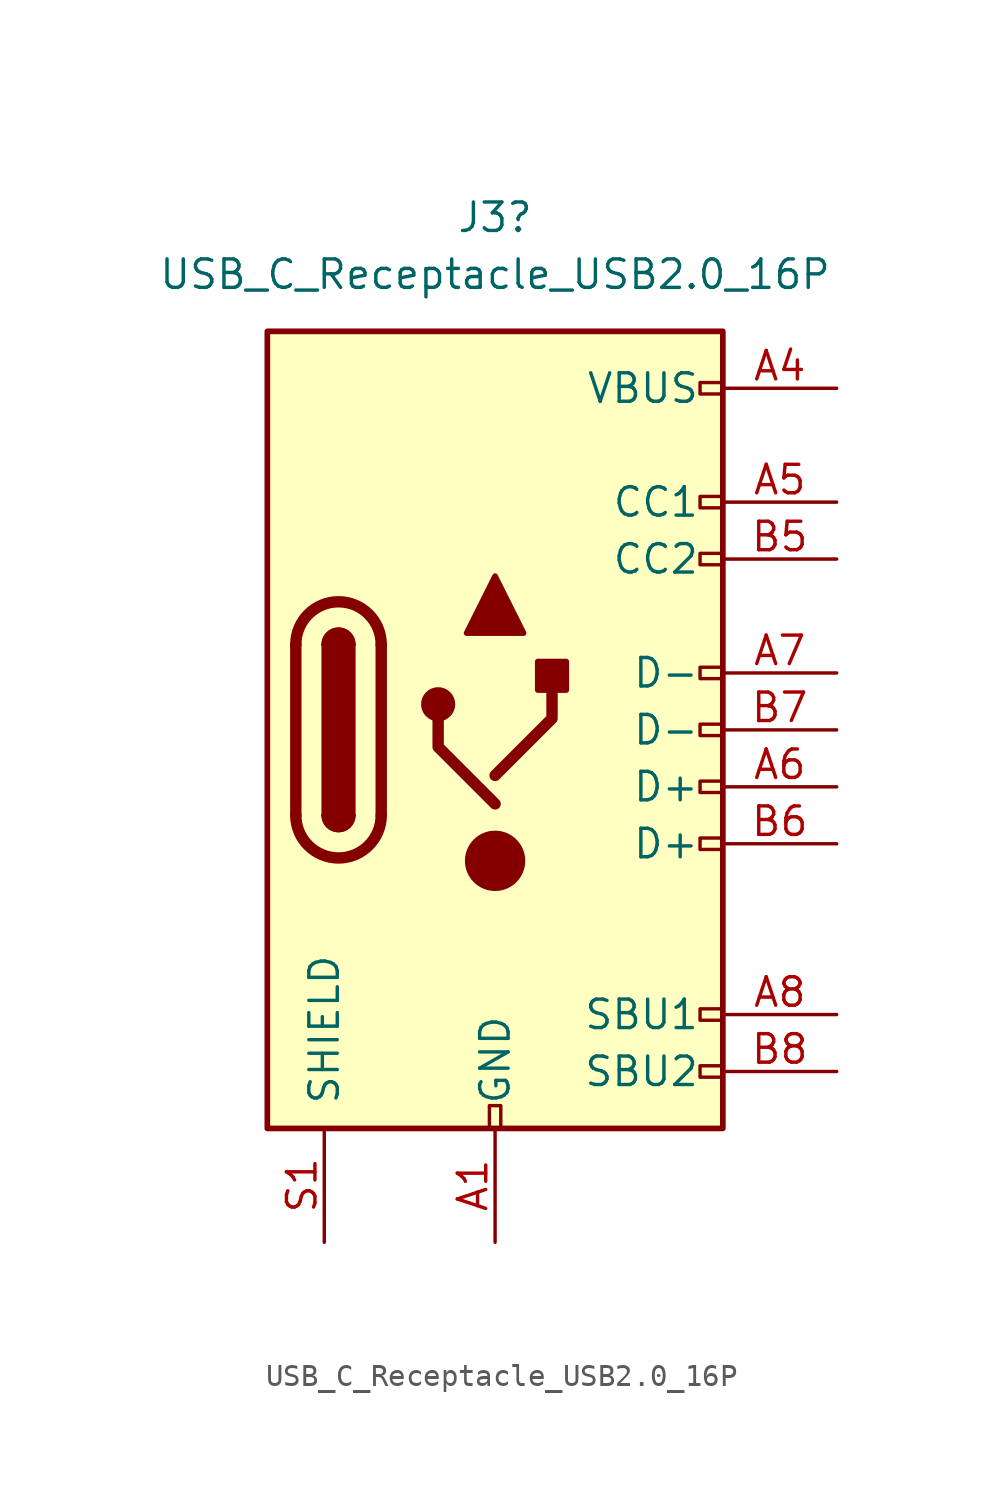
<source format=kicad_sym>
(kicad_symbol_lib
  (version 20241209)
  (generator "kicad_symbol_editor")
  (generator_version "9.0")
  (symbol "USB_C_Receptacle_USB2.0_16P"
    (pin_names
      (offset 1.016))
    (property "Reference" "J3"
      (at 0 22.86 0)
      (effects (font (size 1.27 1.27))))
    (property "Value" "USB_C_Receptacle_USB2.0_16P"
      (at 0 20.32 0)
      (effects (font (size 1.27 1.27))))
    (symbol "USB_C_Receptacle_USB2.0_16P_0_0"
      (rectangle (start -0.254 -17.78) (end 0.254 -16.764) (stroke (width 0) (type default)) (fill (type none)))
      (rectangle (start 10.16 15.494) (end 9.144 14.986) (stroke (width 0) (type default)) (fill (type none)))
      (rectangle (start 10.16 10.414) (end 9.144 9.906) (stroke (width 0) (type default)) (fill (type none)))
      (rectangle (start 10.16 7.874) (end 9.144 7.366) (stroke (width 0) (type default)) (fill (type none)))
      (rectangle (start 10.16 2.794) (end 9.144 2.286) (stroke (width 0) (type default)) (fill (type none)))
      (rectangle (start 10.16 0.254) (end 9.144 -0.254) (stroke (width 0) (type default)) (fill (type none)))
      (rectangle (start 10.16 -2.286) (end 9.144 -2.794) (stroke (width 0) (type default)) (fill (type none)))
      (rectangle (start 10.16 -4.826) (end 9.144 -5.334) (stroke (width 0) (type default)) (fill (type none)))
      (rectangle (start 10.16 -12.446) (end 9.144 -12.954) (stroke (width 0) (type default)) (fill (type none)))
      (rectangle (start 10.16 -14.986) (end 9.144 -15.494) (stroke (width 0) (type default)) (fill (type none))))
    (symbol "USB_C_Receptacle_USB2.0_16P_0_1"
      (rectangle (start -10.16 17.78) (end 10.16 -17.78) (stroke (width 0.254) (type default)) (fill (type background)))
      (polyline (pts (xy -8.89 -3.81) (xy -8.89 3.81)) (stroke (width 0.508) (type default)) (fill (type none)))
      (rectangle (start -7.62 -3.81) (end -6.35 3.81) (stroke (width 0.254) (type default)) (fill (type outline)))
      (arc (start -7.62 3.81) (mid -6.985 4.4423) (end -6.35 3.81) (stroke (width 0.254) (type default)) (fill (type none)))
      (arc (start -7.62 3.81) (mid -6.985 4.4423) (end -6.35 3.81) (stroke (width 0.254) (type default)) (fill (type outline)))
      (arc (start -8.89 3.81) (mid -6.985 5.7067) (end -5.08 3.81) (stroke (width 0.508) (type default)) (fill (type none)))
      (arc (start -5.08 -3.81) (mid -6.985 -5.7067) (end -8.89 -3.81) (stroke (width 0.508) (type default)) (fill (type none)))
      (arc (start -6.35 -3.81) (mid -6.985 -4.4423) (end -7.62 -3.81) (stroke (width 0.254) (type default)) (fill (type none)))
      (arc (start -6.35 -3.81) (mid -6.985 -4.4423) (end -7.62 -3.81) (stroke (width 0.254) (type default)) (fill (type outline)))
      (polyline (pts (xy -5.08 3.81) (xy -5.08 -3.81)) (stroke (width 0.508) (type default)) (fill (type none)))
      (circle (center -2.54 1.143) (radius 0.635) (stroke (width 0.254) (type default)) (fill (type outline)))
      (polyline (pts (xy -1.27 4.318) (xy 0 6.858) (xy 1.27 4.318) (xy -1.27 4.318)) (stroke (width 0.254) (type default)) (fill (type outline)))
      (polyline (pts (xy 0 -2.032) (xy 2.54 0.508) (xy 2.54 1.778)) (stroke (width 0.508) (type default)) (fill (type none)))
      (polyline (pts (xy 0 -3.302) (xy -2.54 -0.762) (xy -2.54 0.508)) (stroke (width 0.508) (type default)) (fill (type none)))
      (circle (center 0 -5.842) (radius 1.27) (stroke (width 0) (type default)) (fill (type outline)))
      (rectangle (start 1.905 1.778) (end 3.175 3.048) (stroke (width 0.254) (type default)) (fill (type outline))))
    (symbol "USB_C_Receptacle_USB2.0_16P_1_1"
      (pin passive line (at -7.62 -22.86 90) (length 5.08) (name "SHIELD" (effects (font (size 1.27 1.27)))) (number "S1" (effects (font (size 1.27 1.27)))))
      (pin passive line (at -7.62 -22.86 90) (length 5.08) (hide yes) (name "Shield" (effects (font (size 1.27 1.27)))) (number "S2" (effects (font (size 1.27 1.27)))))
      (pin passive line (at -7.62 -22.86 90) (length 5.08) (hide yes) (name "Shield" (effects (font (size 1.27 1.27)))) (number "S3" (effects (font (size 1.27 1.27)))))
      (pin passive line (at -7.62 -22.86 90) (length 5.08) (hide yes) (name "Shield" (effects (font (size 1.27 1.27)))) (number "S4" (effects (font (size 1.27 1.27)))))
      (pin passive line (at 0 -22.86 90) (length 5.08) (name "GND" (effects (font (size 1.27 1.27)))) (number "A1" (effects (font (size 1.27 1.27)))))
      (pin passive line (at 0 -22.86 90) (length 5.08) (hide yes) (name "GND" (effects (font (size 1.27 1.27)))) (number "A12" (effects (font (size 1.27 1.27)))))
      (pin passive line (at 0 -22.86 90) (length 5.08) (hide yes) (name "GND" (effects (font (size 1.27 1.27)))) (number "B1" (effects (font (size 1.27 1.27)))))
      (pin passive line (at 0 -22.86 90) (length 5.08) (hide yes) (name "GND" (effects (font (size 1.27 1.27)))) (number "B12" (effects (font (size 1.27 1.27)))))
      (pin passive line (at 15.24 15.24 180) (length 5.08) (name "VBUS" (effects (font (size 1.27 1.27)))) (number "A4" (effects (font (size 1.27 1.27)))))
      (pin passive line (at 15.24 15.24 180) (length 5.08) (hide yes) (name "VBUS" (effects (font (size 1.27 1.27)))) (number "A9" (effects (font (size 1.27 1.27)))))
      (pin passive line (at 15.24 15.24 180) (length 5.08) (hide yes) (name "VBUS" (effects (font (size 1.27 1.27)))) (number "B4" (effects (font (size 1.27 1.27)))))
      (pin passive line (at 15.24 15.24 180) (length 5.08) (hide yes) (name "VBUS" (effects (font (size 1.27 1.27)))) (number "B9" (effects (font (size 1.27 1.27)))))
      (pin bidirectional line (at 15.24 10.16 180) (length 5.08) (name "CC1" (effects (font (size 1.27 1.27)))) (number "A5" (effects (font (size 1.27 1.27)))))
      (pin bidirectional line (at 15.24 7.62 180) (length 5.08) (name "CC2" (effects (font (size 1.27 1.27)))) (number "B5" (effects (font (size 1.27 1.27)))))
      (pin bidirectional line (at 15.24 2.54 180) (length 5.08) (name "D-" (effects (font (size 1.27 1.27)))) (number "A7" (effects (font (size 1.27 1.27)))))
      (pin bidirectional line (at 15.24 0 180) (length 5.08) (name "D-" (effects (font (size 1.27 1.27)))) (number "B7" (effects (font (size 1.27 1.27)))))
      (pin bidirectional line (at 15.24 -2.54 180) (length 5.08) (name "D+" (effects (font (size 1.27 1.27)))) (number "A6" (effects (font (size 1.27 1.27)))))
      (pin bidirectional line (at 15.24 -5.08 180) (length 5.08) (name "D+" (effects (font (size 1.27 1.27)))) (number "B6" (effects (font (size 1.27 1.27)))))
      (pin bidirectional line (at 15.24 -12.7 180) (length 5.08) (name "SBU1" (effects (font (size 1.27 1.27)))) (number "A8" (effects (font (size 1.27 1.27)))))
      (pin bidirectional line (at 15.24 -15.24 180) (length 5.08) (name "SBU2" (effects (font (size 1.27 1.27)))) (number "B8" (effects (font (size 1.27 1.27))))))))
</source>
